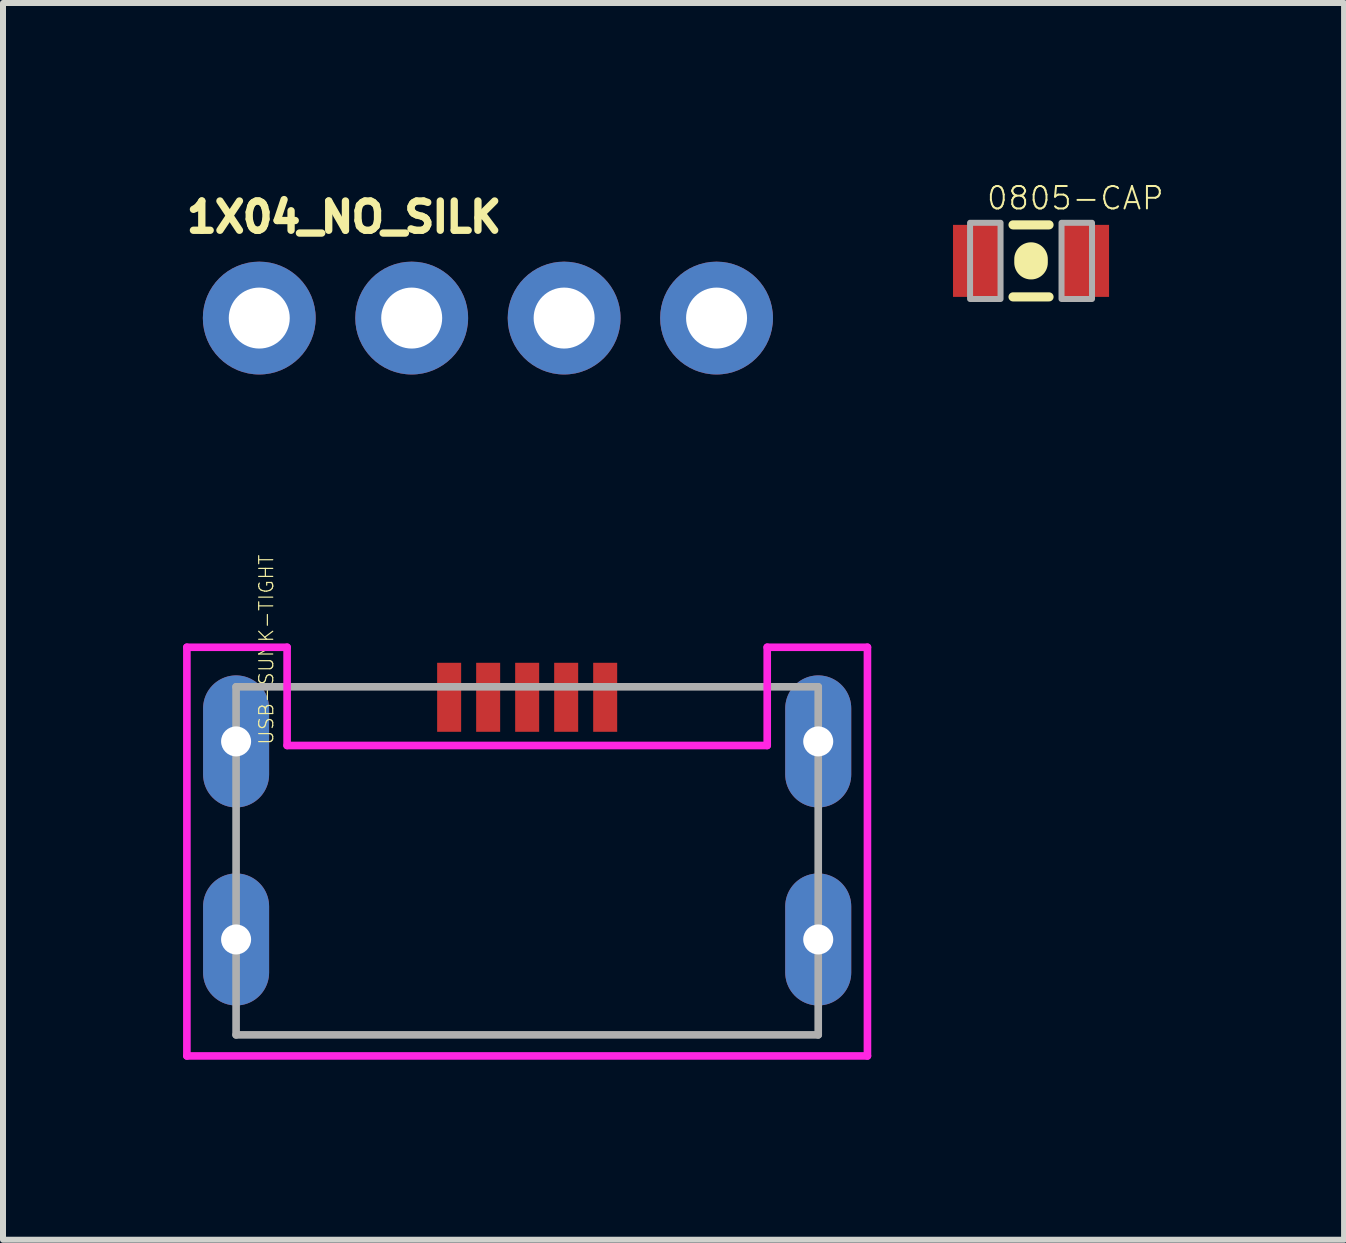
<source format=kicad_pcb>
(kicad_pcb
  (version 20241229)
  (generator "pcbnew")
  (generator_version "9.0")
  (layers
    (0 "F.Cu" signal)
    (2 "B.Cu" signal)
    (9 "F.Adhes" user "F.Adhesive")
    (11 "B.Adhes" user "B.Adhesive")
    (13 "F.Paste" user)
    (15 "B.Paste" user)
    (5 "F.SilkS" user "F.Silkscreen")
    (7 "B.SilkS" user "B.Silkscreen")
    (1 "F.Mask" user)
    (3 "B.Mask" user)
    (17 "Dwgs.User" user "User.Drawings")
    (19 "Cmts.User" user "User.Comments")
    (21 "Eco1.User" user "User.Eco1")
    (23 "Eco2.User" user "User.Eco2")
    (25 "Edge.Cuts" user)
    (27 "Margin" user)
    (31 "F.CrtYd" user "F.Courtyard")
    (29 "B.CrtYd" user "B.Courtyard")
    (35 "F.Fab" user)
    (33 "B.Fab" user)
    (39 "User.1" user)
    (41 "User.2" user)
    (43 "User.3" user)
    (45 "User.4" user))
  (footprint "1X04_NO_SILK"
    (layer "F.Cu")
    (at 1.27 2.25)
    (property "Reference" "1X04_NO_SILK" (at -1.27 -1.397 0) (layer "F.SilkS") (effects (font (size 0.488 0.488) (thickness 0.122)) (justify left bottom)))
    (fp_poly (pts (xy -0.254 0.254) (xy 0.254 0.254) (xy 0.254 -0.254) (xy -0.254 -0.254)) (stroke (width 0.1) (type solid)) (fill no) (layer "F.Fab"))
    (fp_poly (pts (xy 2.286 0.254) (xy 2.794 0.254) (xy 2.794 -0.254) (xy 2.286 -0.254)) (stroke (width 0.1) (type solid)) (fill no) (layer "F.Fab"))
    (fp_poly (pts (xy 4.826 0.254) (xy 5.334 0.254) (xy 5.334 -0.254) (xy 4.826 -0.254)) (stroke (width 0.1) (type solid)) (fill no) (layer "F.Fab"))
    (fp_poly (pts (xy 7.366 0.254) (xy 7.874 0.254) (xy 7.874 -0.254) (xy 7.366 -0.254)) (stroke (width 0.1) (type solid)) (fill no) (layer "F.Fab"))
    (pad "1" thru_hole circle (at 0 0 90) (size 1.88 1.88) (drill 1.016) (layers "*.Cu" "*.Mask"))
    (pad "2" thru_hole circle (at 2.54 0 90) (size 1.88 1.88) (drill 1.016) (layers "*.Cu" "*.Mask"))
    (pad "3" thru_hole circle (at 5.08 0 90) (size 1.88 1.88) (drill 1.016) (layers "*.Cu" "*.Mask"))
    (pad "4" thru_hole circle (at 7.62 0 90) (size 1.88 1.88) (drill 1.016) (layers "*.Cu" "*.Mask")))
  (footprint "USB-SUNK-TIGHT"
    (layer "F.Cu")
    (at 5.734 11.194)
    (property "Reference" "USB-SUNK-TIGHT" (at -4.21 -1.818 90) (layer "F.SilkS") (effects (font (size 0.234 0.234) (thickness 0.02)) (justify left bottom)))
    (fp_poly (pts (xy -4.617 -2.917) (xy -4.487 -2.831) (xy -4.388 -2.704) (xy -4.331 -2.419) (xy -4.331 -1.422) (xy -4.334 -1.263) (xy -4.39 -1.104) (xy -4.495 -0.965) (xy -4.786 -0.826) (xy -4.936 -0.826) (xy -5.085 -0.867) (xy -5.215 -0.954) (xy -5.315 -1.081) (xy -5.372 -1.365) (xy -5.372 -2.389) (xy -5.365 -2.544) (xy -5.307 -2.698) (xy -5.205 -2.826) (xy -5.067 -2.916) (xy -4.911 -2.959) (xy -4.766 -2.959)) (stroke (width 0) (type solid)) (fill yes) (layer "F.Paste"))
    (fp_poly (pts (xy -4.617 0.383) (xy -4.487 0.469) (xy -4.388 0.596) (xy -4.331 0.881) (xy -4.331 1.878) (xy -4.334 2.037) (xy -4.39 2.196) (xy -4.495 2.335) (xy -4.786 2.474) (xy -4.936 2.474) (xy -5.085 2.433) (xy -5.215 2.346) (xy -5.315 2.219) (xy -5.372 1.935) (xy -5.372 0.911) (xy -5.365 0.756) (xy -5.307 0.602) (xy -5.205 0.474) (xy -5.067 0.384) (xy -4.911 0.341) (xy -4.766 0.341)) (stroke (width 0) (type solid)) (fill yes) (layer "F.Paste"))
    (fp_poly (pts (xy 5.083 -2.917) (xy 5.213 -2.831) (xy 5.312 -2.704) (xy 5.369 -2.419) (xy 5.369 -1.422) (xy 5.366 -1.263) (xy 5.31 -1.104) (xy 5.205 -0.965) (xy 4.914 -0.826) (xy 4.764 -0.826) (xy 4.615 -0.867) (xy 4.485 -0.954) (xy 4.385 -1.081) (xy 4.328 -1.365) (xy 4.328 -2.389) (xy 4.335 -2.544) (xy 4.393 -2.698) (xy 4.495 -2.826) (xy 4.633 -2.916) (xy 4.789 -2.959) (xy 4.934 -2.959)) (stroke (width 0) (type solid)) (fill yes) (layer "F.Paste"))
    (fp_poly (pts (xy 5.083 0.383) (xy 5.213 0.469) (xy 5.312 0.596) (xy 5.369 0.881) (xy 5.369 1.878) (xy 5.366 2.037) (xy 5.31 2.196) (xy 5.205 2.335) (xy 4.914 2.474) (xy 4.764 2.474) (xy 4.615 2.433) (xy 4.485 2.346) (xy 4.385 2.219) (xy 4.328 1.935) (xy 4.328 0.911) (xy 4.335 0.756) (xy 4.393 0.602) (xy 4.495 0.474) (xy 4.633 0.384) (xy 4.789 0.341) (xy 4.934 0.341)) (stroke (width 0) (type solid)) (fill yes) (layer "F.Paste"))
    (fp_line (start -5.67 -3.459) (end -5.67 3.351) (stroke (width 0.127) (type solid)) (layer "F.CrtYd"))
    (fp_line (start -5.67 3.351) (end 5.67 3.351) (stroke (width 0.127) (type solid)) (layer "F.CrtYd"))
    (fp_line (start -4 -3.459) (end -5.67 -3.459) (stroke (width 0.127) (type solid)) (layer "F.CrtYd"))
    (fp_line (start -4 -1.822) (end -4 -3.459) (stroke (width 0.127) (type solid)) (layer "F.CrtYd"))
    (fp_line (start 4 -3.459) (end 4 -1.822) (stroke (width 0.127) (type solid)) (layer "F.CrtYd"))
    (fp_line (start 4 -1.822) (end -4 -1.822) (stroke (width 0.127) (type solid)) (layer "F.CrtYd"))
    (fp_line (start 5.67 -3.459) (end 4 -3.459) (stroke (width 0.127) (type solid)) (layer "F.CrtYd"))
    (fp_line (start 5.67 3.351) (end 5.67 -3.459) (stroke (width 0.127) (type solid)) (layer "F.CrtYd"))
    (fp_line (start -4.85 -2.8) (end 4.85 -2.8) (stroke (width 0.127) (type solid)) (layer "F.Fab"))
    (fp_line (start -4.85 3) (end -4.85 -2.8) (stroke (width 0.127) (type solid)) (layer "F.Fab"))
    (fp_line (start 4.85 -2.8) (end 4.85 3) (stroke (width 0.127) (type solid)) (layer "F.Fab"))
    (fp_line (start 4.85 3) (end -4.85 3) (stroke (width 0.127) (type solid)) (layer "F.Fab"))
    (pad "1" smd rect (at -1.3 -2.625) (size 0.4 1.15) (layers "F.Cu" "F.Mask" "F.Paste"))
    (pad "2" smd rect (at -0.65 -2.625) (size 0.4 1.15) (layers "F.Cu" "F.Mask" "F.Paste"))
    (pad "3" smd rect (at 0 -2.625) (size 0.4 1.15) (layers "F.Cu" "F.Mask" "F.Paste"))
    (pad "4" smd rect (at 0.65 -2.625) (size 0.4 1.15) (layers "F.Cu" "F.Mask" "F.Paste"))
    (pad "5" smd rect (at 1.3 -2.625) (size 0.4 1.15) (layers "F.Cu" "F.Mask" "F.Paste"))
    (pad "6" thru_hole oval (at -4.85 -1.89 90) (size 2.2 1.1) (drill 0.5) (layers "*.Cu" "*.Mask"))
    (pad "7" thru_hole oval (at -4.85 1.41 90) (size 2.2 1.1) (drill 0.5) (layers "*.Cu" "*.Mask"))
    (pad "8" thru_hole oval (at 4.85 -1.89 90) (size 2.2 1.1) (drill 0.5) (layers "*.Cu" "*.Mask"))
    (pad "9" thru_hole oval (at 4.85 1.41 90) (size 2.2 1.1) (drill 0.5) (layers "*.Cu" "*.Mask"))
    (pad "P$4" smd rect (at -4.826 2.413) (size 0.1 0.1) (layers "F.Cu"))
    (pad "P$5" smd rect (at 4.826 2.413) (size 0.1 0.1) (layers "F.Cu")))
  (footprint "0805-CAP"
    (layer "F.Cu")
    (at 14.13 1.297)
    (property "Reference" "0805-CAP" (at -0.762 -0.826 0) (layer "F.SilkS") (effects (font (size 0.374 0.374) (thickness 0.033)) (justify left bottom)))
    (fp_line (start -0.3 -0.6) (end 0.3 -0.6) (stroke (width 0.152) (type solid)) (layer "F.SilkS"))
    (fp_line (start -0.3 0.6) (end 0.3 0.6) (stroke (width 0.152) (type solid)) (layer "F.SilkS"))
    (fp_line (start 0 -0.03) (end 0 0.03) (stroke (width 0.559) (type solid)) (layer "F.SilkS"))
    (fp_poly (pts (xy -0.508 -0.635) (xy -1.016 -0.635) (xy -1.016 0.635) (xy -0.508 0.635)) (stroke (width 0.1) (type solid)) (fill no) (layer "F.Fab"))
    (fp_poly (pts (xy 0.508 0.635) (xy 1.016 0.635) (xy 1.016 -0.635) (xy 0.508 -0.635)) (stroke (width 0.1) (type solid)) (fill no) (layer "F.Fab"))
    (pad "1" smd rect (at -0.9 0) (size 0.8 1.2) (layers "F.Cu" "F.Mask" "F.Paste"))
    (pad "2" smd rect (at 0.9 0) (size 0.8 1.2) (layers "F.Cu" "F.Mask" "F.Paste")))
  (gr_rect
    (start -3 -3)
    (end 19.346 17.608)
    (stroke (width 0.1) (type default))
    (fill no)
    (layer "Edge.Cuts")))
</source>
